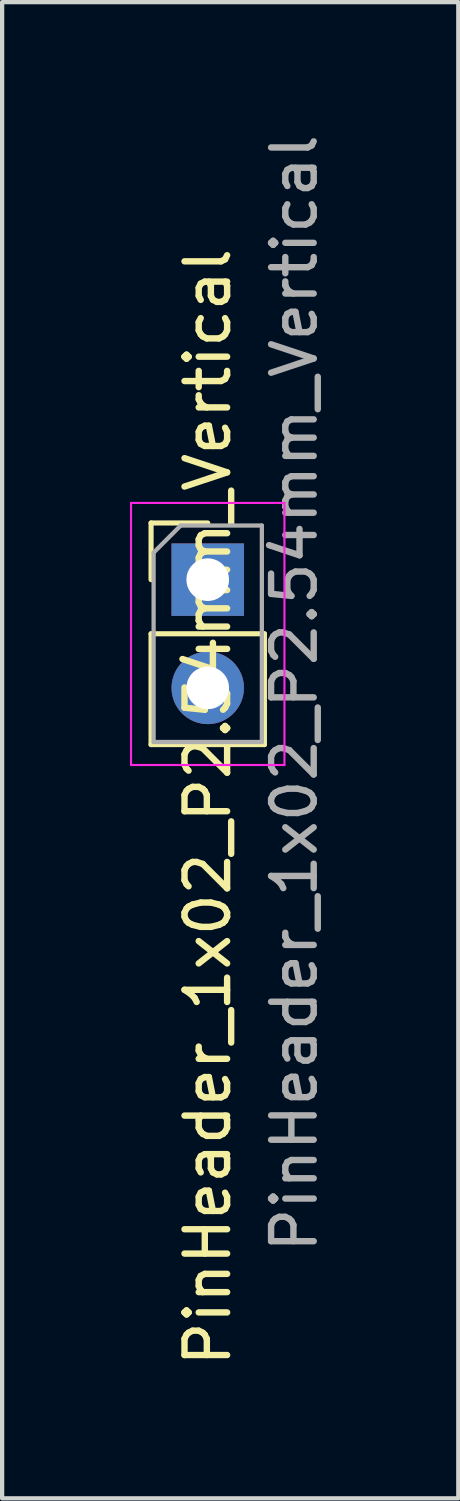
<source format=kicad_pcb>
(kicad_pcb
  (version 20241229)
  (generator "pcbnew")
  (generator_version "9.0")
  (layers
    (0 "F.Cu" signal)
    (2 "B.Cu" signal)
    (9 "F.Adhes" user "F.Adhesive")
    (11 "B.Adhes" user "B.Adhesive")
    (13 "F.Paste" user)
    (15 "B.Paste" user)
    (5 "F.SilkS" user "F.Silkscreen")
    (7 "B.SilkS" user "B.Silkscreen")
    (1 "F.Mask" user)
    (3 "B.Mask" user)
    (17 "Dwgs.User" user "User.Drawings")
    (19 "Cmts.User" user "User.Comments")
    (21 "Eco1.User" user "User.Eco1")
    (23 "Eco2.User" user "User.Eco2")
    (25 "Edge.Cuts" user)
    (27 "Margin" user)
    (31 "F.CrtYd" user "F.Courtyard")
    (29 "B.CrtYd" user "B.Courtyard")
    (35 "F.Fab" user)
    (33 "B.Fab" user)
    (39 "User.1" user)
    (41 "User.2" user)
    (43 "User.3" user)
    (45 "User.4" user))
  (footprint "PinHeader_1x02_P2.54mm_Vertical"
    (layer "F.Cu")
    (at 1.825 10.553)
    (property "Reference" "PinHeader_1x02_P2.54mm_Vertical" (at 0 5.339 90) (layer "F.SilkS") (effects (font (size 1 1) (thickness 0.15))))
    (attr through_hole)
    (fp_line (start -1.33 -1.33) (end 0 -1.33) (stroke (width 0.12) (type solid)) (layer "F.SilkS"))
    (fp_line (start -1.33 0) (end -1.33 -1.33) (stroke (width 0.12) (type solid)) (layer "F.SilkS"))
    (fp_line (start -1.33 1.27) (end -1.33 3.87) (stroke (width 0.12) (type solid)) (layer "F.SilkS"))
    (fp_line (start -1.33 1.27) (end 1.33 1.27) (stroke (width 0.12) (type solid)) (layer "F.SilkS"))
    (fp_line (start -1.33 3.87) (end 1.33 3.87) (stroke (width 0.12) (type solid)) (layer "F.SilkS"))
    (fp_line (start 1.33 1.27) (end 1.33 3.87) (stroke (width 0.12) (type solid)) (layer "F.SilkS"))
    (fp_line (start -1.8 -1.8) (end -1.8 4.35) (stroke (width 0.05) (type solid)) (layer "F.CrtYd"))
    (fp_line (start -1.8 4.35) (end 1.8 4.35) (stroke (width 0.05) (type solid)) (layer "F.CrtYd"))
    (fp_line (start 1.8 -1.8) (end -1.8 -1.8) (stroke (width 0.05) (type solid)) (layer "F.CrtYd"))
    (fp_line (start 1.8 4.35) (end 1.8 -1.8) (stroke (width 0.05) (type solid)) (layer "F.CrtYd"))
    (fp_line (start -1.27 -0.635) (end -0.635 -1.27) (stroke (width 0.1) (type solid)) (layer "F.Fab"))
    (fp_line (start -1.27 3.81) (end -1.27 -0.635) (stroke (width 0.1) (type solid)) (layer "F.Fab"))
    (fp_line (start -0.635 -1.27) (end 1.27 -1.27) (stroke (width 0.1) (type solid)) (layer "F.Fab"))
    (fp_line (start 1.27 -1.27) (end 1.27 3.81) (stroke (width 0.1) (type solid)) (layer "F.Fab"))
    (fp_line (start 1.27 3.81) (end -1.27 3.81) (stroke (width 0.1) (type solid)) (layer "F.Fab"))
    (fp_text user "${REFERENCE}" (at 2.032 2.667 90) (layer "F.Fab") (effects (font (size 1 1) (thickness 0.15))))
    (pad "1" thru_hole rect (at 0 0 180) (size 1.7 1.7) (drill 1) (layers "*.Cu" "*.Mask"))
    (pad "2" thru_hole oval (at 0 2.54 180) (size 1.7 1.7) (drill 1) (layers "*.Cu" "*.Mask")))
  (gr_rect
    (start -3 -3)
    (end 7.705 32.112)
    (stroke (width 0.1) (type default))
    (fill no)
    (layer "Edge.Cuts")))
</source>
